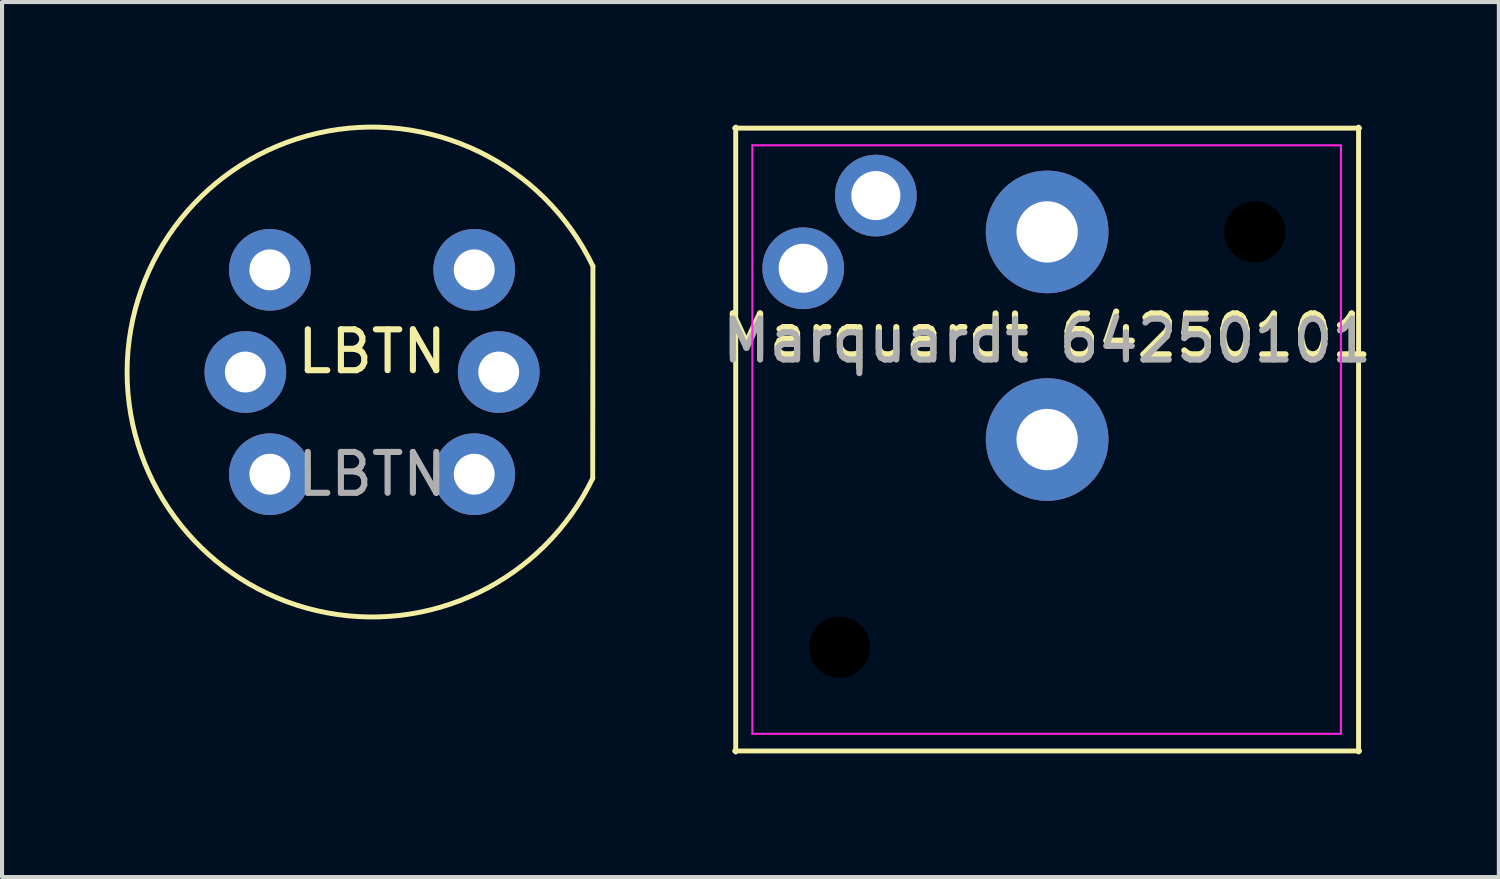
<source format=kicad_pcb>
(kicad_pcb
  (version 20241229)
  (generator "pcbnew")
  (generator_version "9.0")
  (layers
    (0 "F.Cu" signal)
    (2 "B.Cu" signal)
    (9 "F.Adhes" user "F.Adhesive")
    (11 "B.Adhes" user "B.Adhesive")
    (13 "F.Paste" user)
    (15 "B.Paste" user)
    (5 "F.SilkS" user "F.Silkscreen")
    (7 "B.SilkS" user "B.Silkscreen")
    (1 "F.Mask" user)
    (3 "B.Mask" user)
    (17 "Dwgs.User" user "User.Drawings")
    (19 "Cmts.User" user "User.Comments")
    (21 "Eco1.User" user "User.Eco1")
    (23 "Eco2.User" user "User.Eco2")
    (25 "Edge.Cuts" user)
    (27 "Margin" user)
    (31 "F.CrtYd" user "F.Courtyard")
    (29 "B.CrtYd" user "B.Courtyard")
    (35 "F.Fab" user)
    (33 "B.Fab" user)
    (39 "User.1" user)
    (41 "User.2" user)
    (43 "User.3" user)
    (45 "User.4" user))
  (footprint "LBTN"
    (layer "F.Cu")
    (at 6.053 6.053)
    (property "Reference" "LBTN" (at 0 -0.5 0) (unlocked yes) (layer "F.SilkS") (effects (font (size 1 1) (thickness 0.15))))
    (attr through_hole)
    (fp_line (start 5.405 -2.59) (end 5.4 2.6) (stroke (width 0.12) (type solid)) (layer "F.SilkS"))
    (fp_arc (start 5.399999 2.6) (mid -5.993326 -0.005637) (end 5.40488 -2.589838) (stroke (width 0.12) (type solid)) (layer "F.SilkS"))
    (fp_text user "${REFERENCE}" (at 0 2.5 0) (unlocked yes) (layer "F.Fab") (effects (font (size 1 1) (thickness 0.15))))
    (pad "1" thru_hole circle (at -2.5 -2.5) (size 2 2) (drill 1) (layers "*.Cu" "*.Mask"))
    (pad "1" thru_hole circle (at 2.5 -2.5) (size 2 2) (drill 1) (layers "*.Cu" "*.Mask"))
    (pad "2" thru_hole circle (at -2.5 2.5) (size 2 2) (drill 1) (layers "*.Cu" "*.Mask"))
    (pad "2" thru_hole circle (at 2.5 2.5) (size 2 2) (drill 1) (layers "*.Cu" "*.Mask"))
    (pad "3" thru_hole circle (at -3.1 0) (size 2 2) (drill 1) (layers "*.Cu" "*.Mask"))
    (pad "4" thru_hole circle (at 3.1 0) (size 2 2) (drill 1) (layers "*.Cu" "*.Mask")))
  (footprint "Marquardt 64250101"
    (layer "F.Cu")
    (at 22.572 7.705)
    (property "Reference" "Marquardt 64250101" (at 0 -2.54 0) (layer "F.SilkS") (effects (font (size 1 1) (thickness 0.15))))
    (attr through_hole)
    (fp_line (start -7.645 -7.62) (end 7.645 -7.62) (stroke (width 0.12) (type solid)) (layer "F.SilkS"))
    (fp_line (start -7.62 7.645) (end -7.62 -7.645) (stroke (width 0.12) (type solid)) (layer "F.SilkS"))
    (fp_line (start 7.62 7.645) (end 7.62 -7.645) (stroke (width 0.12) (type solid)) (layer "F.SilkS"))
    (fp_line (start 7.645 7.62) (end -7.645 7.62) (stroke (width 0.12) (type solid)) (layer "F.SilkS"))
    (fp_line (start -7.212 -7.2) (end -7.212 7.2) (stroke (width 0.05) (type solid)) (layer "F.CrtYd"))
    (fp_line (start -7.212 7.2) (end 7.188 7.2) (stroke (width 0.05) (type solid)) (layer "F.CrtYd"))
    (fp_line (start 7.188 -7.2) (end -7.212 -7.2) (stroke (width 0.05) (type solid)) (layer "F.CrtYd"))
    (fp_line (start 7.188 7.2) (end 7.188 -7.2) (stroke (width 0.05) (type solid)) (layer "F.CrtYd"))
    (fp_text user "${REFERENCE}" (at 0 -2.413 0) (layer "F.Fab") (effects (font (size 1 1) (thickness 0.15))))
    (pad "" np_thru_hole circle (at -5.08 5.08) (size 2.1 2.1) (drill 1.5) (layers "*.Mask"))
    (pad "" np_thru_hole circle (at 5.08 -5.08) (size 2.1 2.1) (drill 1.5) (layers "*.Mask"))
    (pad "1" thru_hole circle (at 0 -5.08) (size 3 3) (drill 1.5) (layers "*.Cu" "*.Mask"))
    (pad "2" thru_hole circle (at 0 0) (size 3 3) (drill 1.5) (layers "*.Cu" "*.Mask"))
    (pad "3" thru_hole circle (at -5.969 -4.191) (size 2 2) (drill 1.2) (layers "*.Cu" "*.Mask"))
    (pad "4" thru_hole circle (at -4.191 -5.969) (size 2 2) (drill 1.2) (layers "*.Cu" "*.Mask")))
  (gr_rect
    (start -3 -3)
    (end 33.625 18.41)
    (stroke (width 0.1) (type default))
    (fill no)
    (layer "Edge.Cuts")))
</source>
